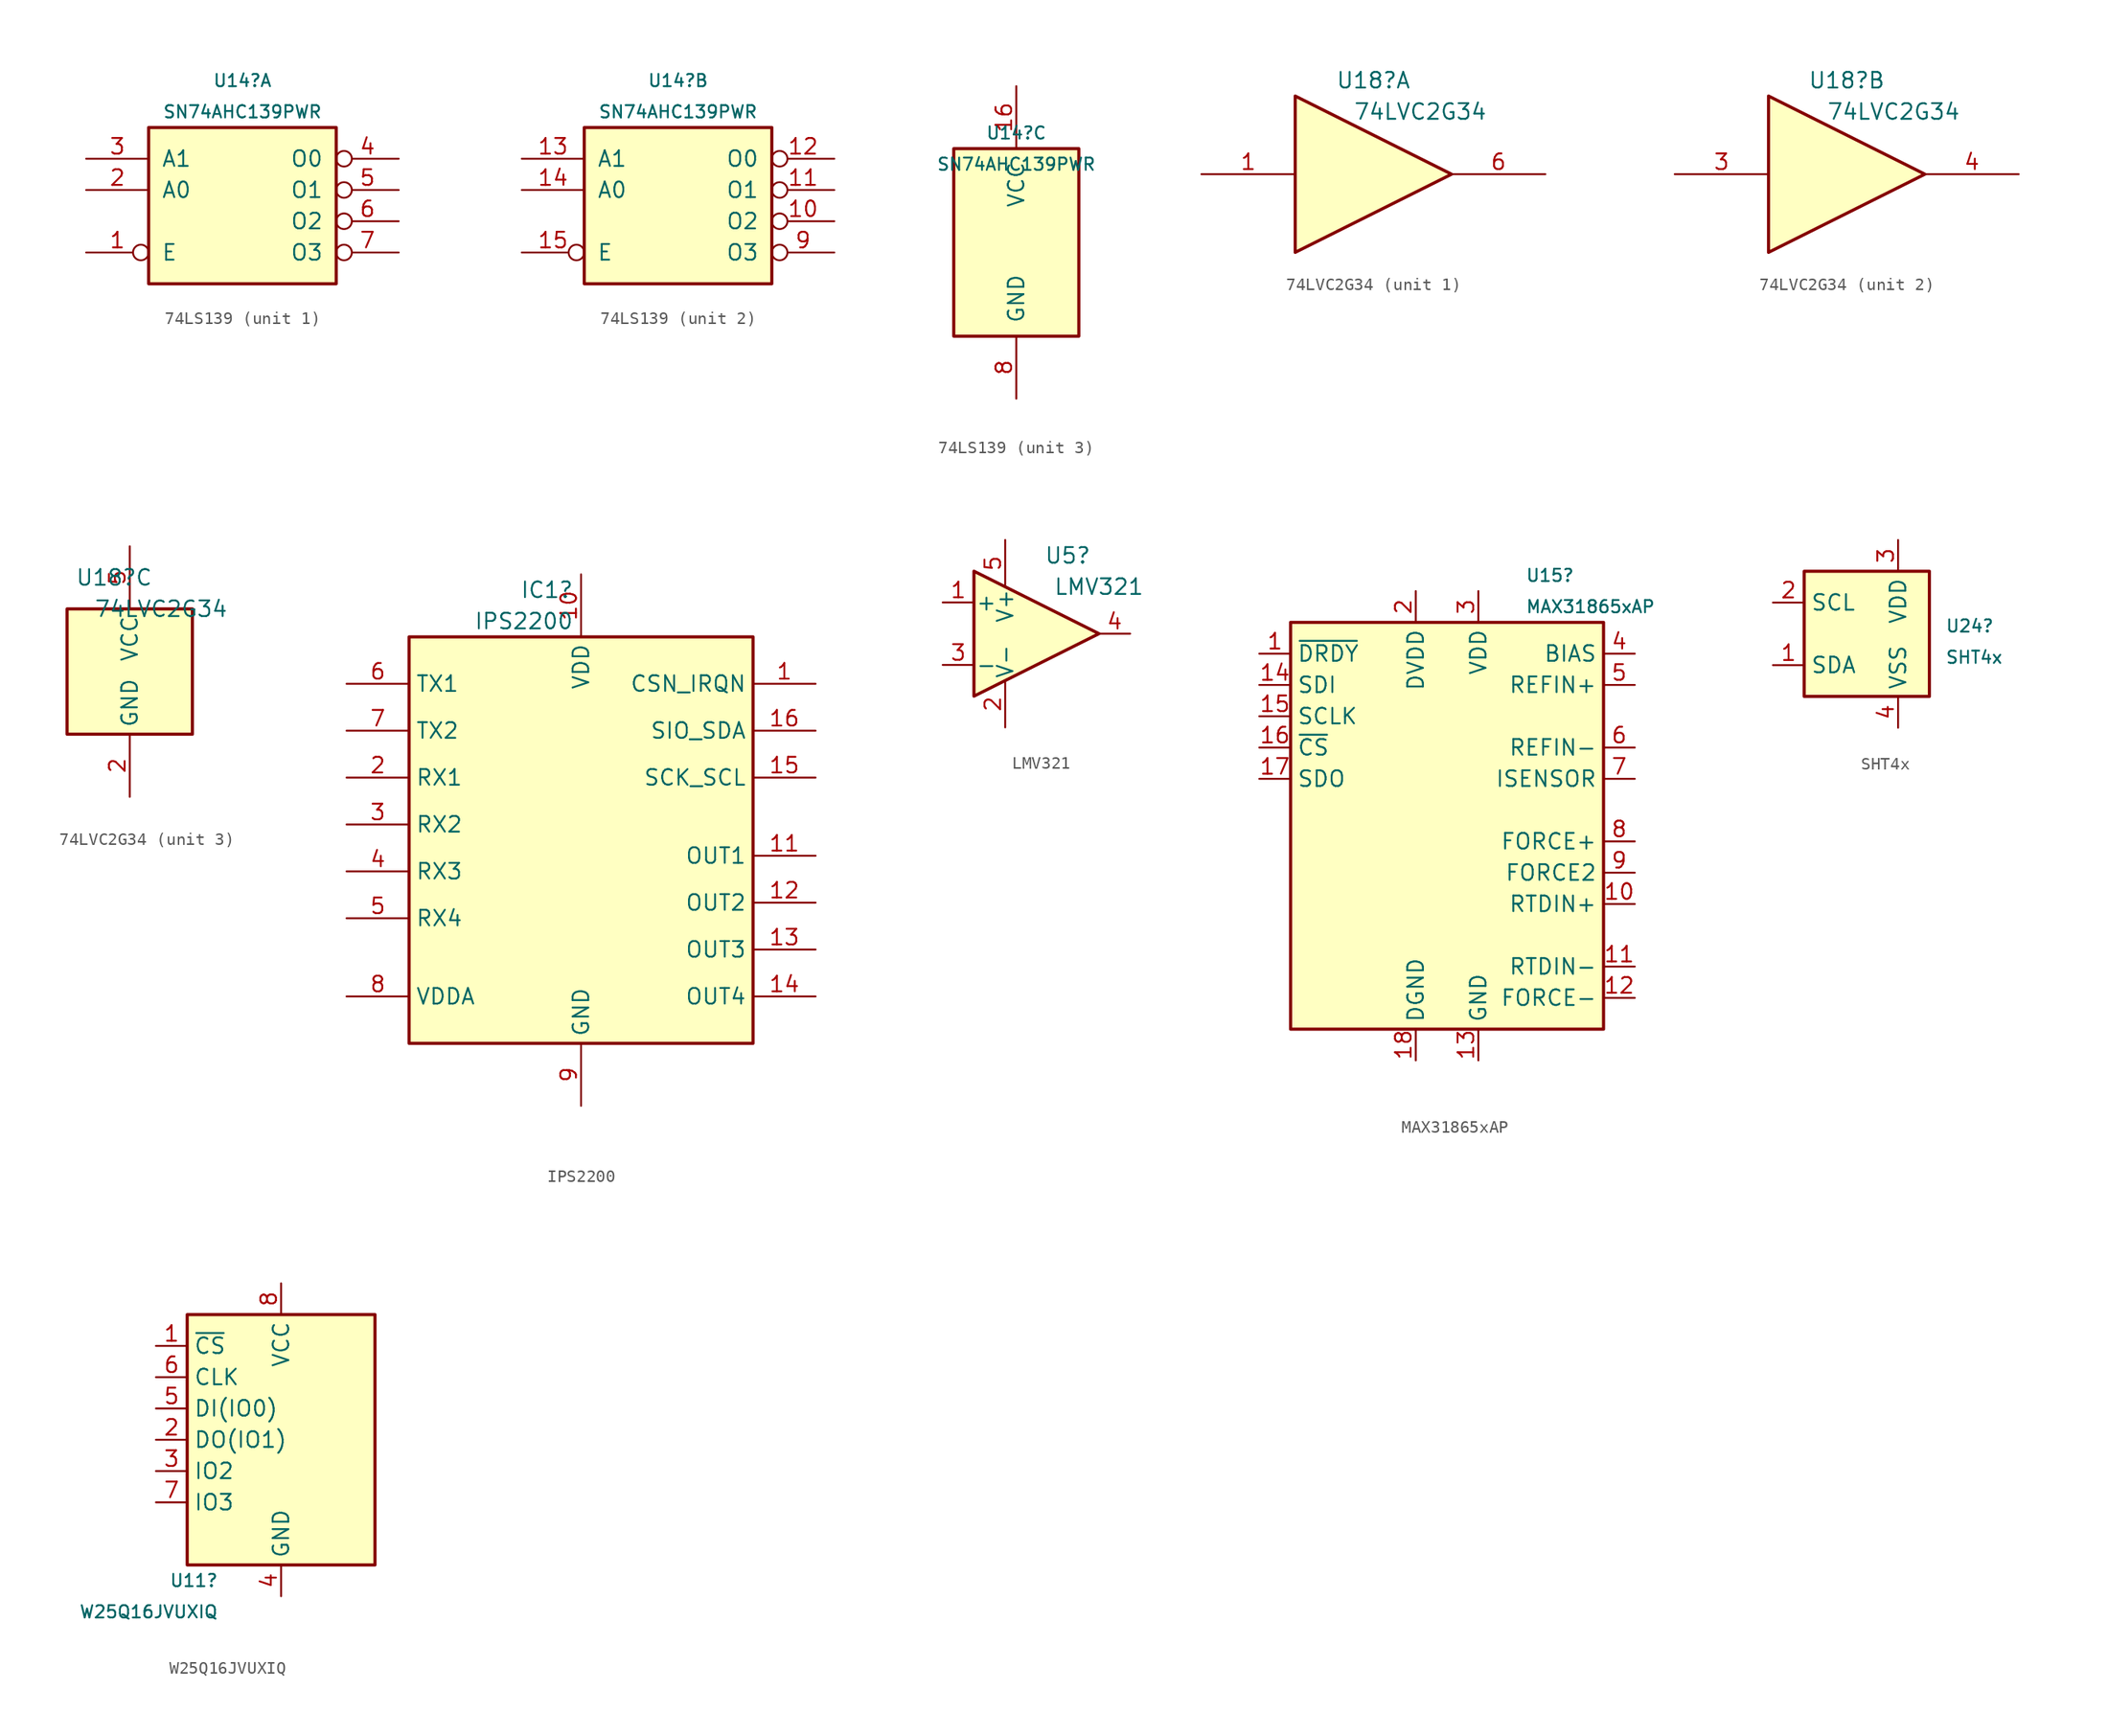
<source format=kicad_sym>
(kicad_symbol_lib
  (version 20231120)
  (generator "kicad_symbol_editor")
  (generator_version "8.0")
  (symbol "74LS139"
    (pin_names
      (offset 1.016))
    (property "Reference" "U14"
      (at 0 8.89 0)
      (effects (font (size 1 1))))
    (property "Value" "SN74AHC139PWR"
      (at 0 6.35 0)
      (effects (font (size 1 1))))
    (property "ki_locked" ""
      (at 0 0 0)
      (effects (font (size 1.27 1.27))))
    (symbol "74LS139_1_0"
      (pin input inverted (at -12.7 -5.08 0) (length 5.08) (name "E" (effects (font (size 1.27 1.27)))) (number "1" (effects (font (size 1.27 1.27)))))
      (pin input line (at -12.7 0 0) (length 5.08) (name "A0" (effects (font (size 1.27 1.27)))) (number "2" (effects (font (size 1.27 1.27)))))
      (pin input line (at -12.7 2.54 0) (length 5.08) (name "A1" (effects (font (size 1.27 1.27)))) (number "3" (effects (font (size 1.27 1.27)))))
      (pin output inverted (at 12.7 2.54 180) (length 5.08) (name "O0" (effects (font (size 1.27 1.27)))) (number "4" (effects (font (size 1.27 1.27)))))
      (pin output inverted (at 12.7 0 180) (length 5.08) (name "O1" (effects (font (size 1.27 1.27)))) (number "5" (effects (font (size 1.27 1.27)))))
      (pin output inverted (at 12.7 -2.54 180) (length 5.08) (name "O2" (effects (font (size 1.27 1.27)))) (number "6" (effects (font (size 1.27 1.27)))))
      (pin output inverted (at 12.7 -5.08 180) (length 5.08) (name "O3" (effects (font (size 1.27 1.27)))) (number "7" (effects (font (size 1.27 1.27))))))
    (symbol "74LS139_1_1"
      (rectangle (start -7.62 5.08) (end 7.62 -7.62) (stroke (width 0.254) (type default)) (fill (type background))))
    (symbol "74LS139_2_0"
      (pin output inverted (at 12.7 -2.54 180) (length 5.08) (name "O2" (effects (font (size 1.27 1.27)))) (number "10" (effects (font (size 1.27 1.27)))))
      (pin output inverted (at 12.7 0 180) (length 5.08) (name "O1" (effects (font (size 1.27 1.27)))) (number "11" (effects (font (size 1.27 1.27)))))
      (pin output inverted (at 12.7 2.54 180) (length 5.08) (name "O0" (effects (font (size 1.27 1.27)))) (number "12" (effects (font (size 1.27 1.27)))))
      (pin input line (at -12.7 2.54 0) (length 5.08) (name "A1" (effects (font (size 1.27 1.27)))) (number "13" (effects (font (size 1.27 1.27)))))
      (pin input line (at -12.7 0 0) (length 5.08) (name "A0" (effects (font (size 1.27 1.27)))) (number "14" (effects (font (size 1.27 1.27)))))
      (pin input inverted (at -12.7 -5.08 0) (length 5.08) (name "E" (effects (font (size 1.27 1.27)))) (number "15" (effects (font (size 1.27 1.27)))))
      (pin output inverted (at 12.7 -5.08 180) (length 5.08) (name "O3" (effects (font (size 1.27 1.27)))) (number "9" (effects (font (size 1.27 1.27))))))
    (symbol "74LS139_2_1"
      (rectangle (start -7.62 5.08) (end 7.62 -7.62) (stroke (width 0.254) (type default)) (fill (type background))))
    (symbol "74LS139_3_0"
      (pin power_in line (at 0 12.7 270) (length 5.08) (name "VCC" (effects (font (size 1.27 1.27)))) (number "16" (effects (font (size 1.27 1.27)))))
      (pin power_in line (at 0 -12.7 90) (length 5.08) (name "GND" (effects (font (size 1.27 1.27)))) (number "8" (effects (font (size 1.27 1.27))))))
    (symbol "74LS139_3_1"
      (rectangle (start -5.08 7.62) (end 5.08 -7.62) (stroke (width 0.254) (type default)) (fill (type background)))))
  (symbol "74LVC2G34"
    (property "Reference" "U18"
      (at -1.27 7.62 0)
      (effects (font (size 1.27 1.27))))
    (property "Value" "74LVC2G34"
      (at 2.54 5.08 0)
      (effects (font (size 1.27 1.27))))
    (symbol "74LVC2G34_1_1"
      (polyline (pts (xy -7.62 6.35) (xy -7.62 -6.35) (xy 5.08 0) (xy -7.62 6.35)) (stroke (width 0.254) (type default)) (fill (type background)))
      (pin input line (at -15.24 0 0) (length 7.62) (name "~" (effects (font (size 1.27 1.27)))) (number "1" (effects (font (size 1.27 1.27)))))
      (pin output line (at 12.7 0 180) (length 7.62) (name "~" (effects (font (size 1.27 1.27)))) (number "6" (effects (font (size 1.27 1.27))))))
    (symbol "74LVC2G34_2_1"
      (polyline (pts (xy -7.62 6.35) (xy -7.62 -6.35) (xy 5.08 0) (xy -7.62 6.35)) (stroke (width 0.254) (type default)) (fill (type background)))
      (pin input line (at -15.24 0 0) (length 7.62) (name "~" (effects (font (size 1.27 1.27)))) (number "3" (effects (font (size 1.27 1.27)))))
      (pin output line (at 12.7 0 180) (length 7.62) (name "~" (effects (font (size 1.27 1.27)))) (number "4" (effects (font (size 1.27 1.27))))))
    (symbol "74LVC2G34_3_0"
      (rectangle (start -5.08 -5.08) (end 5.08 5.08) (stroke (width 0.254) (type default)) (fill (type background))))
    (symbol "74LVC2G34_3_1"
      (pin power_in line (at 0 -10.16 90) (length 5.08) (name "GND" (effects (font (size 1.27 1.27)))) (number "2" (effects (font (size 1.27 1.27)))))
      (pin power_in line (at 0 10.16 270) (length 5.08) (name "VCC" (effects (font (size 1.27 1.27)))) (number "5" (effects (font (size 1.27 1.27)))))))
  (symbol "IPS2200"
    (property "Reference" "IC1"
      (at -0.584 20.32 0)
      (effects (font (size 1.27 1.27)) (justify right)))
    (property "Value" "IPS2200"
      (at -0.584 17.78 0)
      (effects (font (size 1.27 1.27)) (justify right)))
    (symbol "IPS2200_1_1"
      (rectangle (start -13.97 16.51) (end 13.97 -16.51) (stroke (width 0.254) (type default)) (fill (type background)))
      (pin passive line (at 19.05 12.7 180) (length 5.08) (name "CSN_IRQN" (effects (font (size 1.27 1.27)))) (number "1" (effects (font (size 1.27 1.27)))))
      (pin passive line (at 0 21.59 270) (length 5.08) (name "VDD" (effects (font (size 1.27 1.27)))) (number "10" (effects (font (size 1.27 1.27)))))
      (pin passive line (at 19.05 -1.27 180) (length 5.08) (name "OUT1" (effects (font (size 1.27 1.27)))) (number "11" (effects (font (size 1.27 1.27)))))
      (pin passive line (at 19.05 -5.08 180) (length 5.08) (name "OUT2" (effects (font (size 1.27 1.27)))) (number "12" (effects (font (size 1.27 1.27)))))
      (pin passive line (at 19.05 -8.89 180) (length 5.08) (name "OUT3" (effects (font (size 1.27 1.27)))) (number "13" (effects (font (size 1.27 1.27)))))
      (pin passive line (at 19.05 -12.7 180) (length 5.08) (name "OUT4" (effects (font (size 1.27 1.27)))) (number "14" (effects (font (size 1.27 1.27)))))
      (pin passive line (at 19.05 5.08 180) (length 5.08) (name "SCK_SCL" (effects (font (size 1.27 1.27)))) (number "15" (effects (font (size 1.27 1.27)))))
      (pin passive line (at 19.05 8.89 180) (length 5.08) (name "SIO_SDA" (effects (font (size 1.27 1.27)))) (number "16" (effects (font (size 1.27 1.27)))))
      (pin passive line (at -19.05 5.08 0) (length 5.08) (name "RX1" (effects (font (size 1.27 1.27)))) (number "2" (effects (font (size 1.27 1.27)))))
      (pin passive line (at -19.05 1.27 0) (length 5.08) (name "RX2" (effects (font (size 1.27 1.27)))) (number "3" (effects (font (size 1.27 1.27)))))
      (pin passive line (at -19.05 -2.54 0) (length 5.08) (name "RX3" (effects (font (size 1.27 1.27)))) (number "4" (effects (font (size 1.27 1.27)))))
      (pin passive line (at -19.05 -6.35 0) (length 5.08) (name "RX4" (effects (font (size 1.27 1.27)))) (number "5" (effects (font (size 1.27 1.27)))))
      (pin passive line (at -19.05 12.7 0) (length 5.08) (name "TX1" (effects (font (size 1.27 1.27)))) (number "6" (effects (font (size 1.27 1.27)))))
      (pin passive line (at -19.05 8.89 0) (length 5.08) (name "TX2" (effects (font (size 1.27 1.27)))) (number "7" (effects (font (size 1.27 1.27)))))
      (pin passive line (at -19.05 -12.7 0) (length 5.08) (name "VDDA" (effects (font (size 1.27 1.27)))) (number "8" (effects (font (size 1.27 1.27)))))
      (pin passive line (at 0 -21.59 90) (length 5.08) (name "GND" (effects (font (size 1.27 1.27)))) (number "9" (effects (font (size 1.27 1.27)))))))
  (symbol "LMV321"
    (pin_names
      (offset 0.127))
    (property "Reference" "U5"
      (at 2.54 6.35 0)
      (effects (font (size 1.27 1.27))))
    (property "Value" "LMV321"
      (at 5.08 3.81 0)
      (effects (font (size 1.27 1.27))))
    (symbol "LMV321_0_1"
      (polyline (pts (xy -5.08 5.08) (xy 5.08 0) (xy -5.08 -5.08) (xy -5.08 5.08)) (stroke (width 0.254) (type default)) (fill (type background)))
      (pin power_in line (at -2.54 -7.62 90) (length 3.81) (name "V-" (effects (font (size 1.27 1.27)))) (number "2" (effects (font (size 1.27 1.27)))))
      (pin power_in line (at -2.54 7.62 270) (length 3.81) (name "V+" (effects (font (size 1.27 1.27)))) (number "5" (effects (font (size 1.27 1.27))))))
    (symbol "LMV321_1_1"
      (pin input line (at -7.62 2.54 0) (length 2.54) (name "+" (effects (font (size 1.27 1.27)))) (number "1" (effects (font (size 1.27 1.27)))))
      (pin input line (at -7.62 -2.54 0) (length 2.54) (name "-" (effects (font (size 1.27 1.27)))) (number "3" (effects (font (size 1.27 1.27)))))
      (pin output line (at 7.62 0 180) (length 2.54) (name "~" (effects (font (size 1.27 1.27)))) (number "4" (effects (font (size 1.27 1.27)))))))
  (symbol "MAX31865xAP"
    (property "Reference" "U15"
      (at 6.35 21.59 0)
      (effects (font (size 1 1)) (justify left)))
    (property "Value" "MAX31865xAP"
      (at 6.35 19.05 0)
      (effects (font (size 1 1)) (justify left)))
    (symbol "MAX31865xAP_0_1"
      (rectangle (start -12.7 17.78) (end 12.7 -15.24) (stroke (width 0.254) (type default)) (fill (type background))))
    (symbol "MAX31865xAP_1_1"
      (pin output line (at -15.24 15.24 0) (length 2.54) (name "~{DRDY}" (effects (font (size 1.27 1.27)))) (number "1" (effects (font (size 1.27 1.27)))))
      (pin input line (at 15.24 -5.08 180) (length 2.54) (name "RTDIN+" (effects (font (size 1.27 1.27)))) (number "10" (effects (font (size 1.27 1.27)))))
      (pin input line (at 15.24 -10.16 180) (length 2.54) (name "RTDIN-" (effects (font (size 1.27 1.27)))) (number "11" (effects (font (size 1.27 1.27)))))
      (pin power_out line (at 15.24 -12.7 180) (length 2.54) (name "FORCE-" (effects (font (size 1.27 1.27)))) (number "12" (effects (font (size 1.27 1.27)))))
      (pin power_in line (at 2.54 -17.78 90) (length 2.54) (name "GND" (effects (font (size 1.27 1.27)))) (number "13" (effects (font (size 1.27 1.27)))))
      (pin input line (at -15.24 12.7 0) (length 2.54) (name "SDI" (effects (font (size 1.27 1.27)))) (number "14" (effects (font (size 1.27 1.27)))))
      (pin input line (at -15.24 10.16 0) (length 2.54) (name "SCLK" (effects (font (size 1.27 1.27)))) (number "15" (effects (font (size 1.27 1.27)))))
      (pin input line (at -15.24 7.62 0) (length 2.54) (name "~{CS}" (effects (font (size 1.27 1.27)))) (number "16" (effects (font (size 1.27 1.27)))))
      (pin tri_state line (at -15.24 5.08 0) (length 2.54) (name "SDO" (effects (font (size 1.27 1.27)))) (number "17" (effects (font (size 1.27 1.27)))))
      (pin power_in line (at -2.54 -17.78 90) (length 2.54) (name "DGND" (effects (font (size 1.27 1.27)))) (number "18" (effects (font (size 1.27 1.27)))))
      (pin passive line (at 2.54 -17.78 90) (length 2.54) hide (name "GND" (effects (font (size 1.27 1.27)))) (number "19" (effects (font (size 1.27 1.27)))))
      (pin power_in line (at -2.54 20.32 270) (length 2.54) (name "DVDD" (effects (font (size 1.27 1.27)))) (number "2" (effects (font (size 1.27 1.27)))))
      (pin no_connect line (at -12.7 -2.54 0) (length 2.54) hide (name "NC" (effects (font (size 1.27 1.27)))) (number "20" (effects (font (size 1.27 1.27)))))
      (pin power_in line (at 2.54 20.32 270) (length 2.54) (name "VDD" (effects (font (size 1.27 1.27)))) (number "3" (effects (font (size 1.27 1.27)))))
      (pin power_out line (at 15.24 15.24 180) (length 2.54) (name "BIAS" (effects (font (size 1.27 1.27)))) (number "4" (effects (font (size 1.27 1.27)))))
      (pin input line (at 15.24 12.7 180) (length 2.54) (name "REFIN+" (effects (font (size 1.27 1.27)))) (number "5" (effects (font (size 1.27 1.27)))))
      (pin input line (at 15.24 7.62 180) (length 2.54) (name "REFIN-" (effects (font (size 1.27 1.27)))) (number "6" (effects (font (size 1.27 1.27)))))
      (pin passive line (at 15.24 5.08 180) (length 2.54) (name "ISENSOR" (effects (font (size 1.27 1.27)))) (number "7" (effects (font (size 1.27 1.27)))))
      (pin passive line (at 15.24 0 180) (length 2.54) (name "FORCE+" (effects (font (size 1.27 1.27)))) (number "8" (effects (font (size 1.27 1.27)))))
      (pin input line (at 15.24 -2.54 180) (length 2.54) (name "FORCE2" (effects (font (size 1.27 1.27)))) (number "9" (effects (font (size 1.27 1.27)))))))
  (symbol "SHT4x"
    (property "Reference" "U24"
      (at 6.35 0.635 0)
      (effects (font (size 1 1)) (justify left)))
    (property "Value" "SHT4x"
      (at 6.35 -1.905 0)
      (effects (font (size 1 1)) (justify left)))
    (symbol "SHT4x_1_1"
      (rectangle (start -5.08 5.08) (end 5.08 -5.08) (stroke (width 0.254) (type default)) (fill (type background)))
      (pin bidirectional line (at -7.62 -2.54 0) (length 2.54) (name "SDA" (effects (font (size 1.27 1.27)))) (number "1" (effects (font (size 1.27 1.27)))))
      (pin input line (at -7.62 2.54 0) (length 2.54) (name "SCL" (effects (font (size 1.27 1.27)))) (number "2" (effects (font (size 1.27 1.27)))))
      (pin power_in line (at 2.54 7.62 270) (length 2.54) (name "VDD" (effects (font (size 1.27 1.27)))) (number "3" (effects (font (size 1.27 1.27)))))
      (pin power_in line (at 2.54 -7.62 90) (length 2.54) (name "VSS" (effects (font (size 1.27 1.27)))) (number "4" (effects (font (size 1.27 1.27)))))))
  (symbol "W25Q16JVUXIQ"
    (property "Reference" "U11"
      (at -5.08 -11.43 0)
      (effects (font (size 1 1)) (justify right)))
    (property "Value" "W25Q16JVUXIQ"
      (at -5.08 -13.97 0)
      (effects (font (size 1 1)) (justify right)))
    (symbol "W25Q16JVUXIQ_0_1"
      (rectangle (start -7.62 10.16) (end 7.62 -10.16) (stroke (width 0.254) (type default)) (fill (type background))))
    (symbol "W25Q16JVUXIQ_1_1"
      (pin input line (at -10.16 7.62 0) (length 2.54) (name "~{CS}" (effects (font (size 1.27 1.27)))) (number "1" (effects (font (size 1.27 1.27)))))
      (pin bidirectional line (at -10.16 0 0) (length 2.54) (name "DO(IO1)" (effects (font (size 1.27 1.27)))) (number "2" (effects (font (size 1.27 1.27)))))
      (pin bidirectional line (at -10.16 -2.54 0) (length 2.54) (name "IO2" (effects (font (size 1.27 1.27)))) (number "3" (effects (font (size 1.27 1.27)))))
      (pin power_in line (at 0 -12.7 90) (length 2.54) (name "GND" (effects (font (size 1.27 1.27)))) (number "4" (effects (font (size 1.27 1.27)))))
      (pin bidirectional line (at -10.16 2.54 0) (length 2.54) (name "DI(IO0)" (effects (font (size 1.27 1.27)))) (number "5" (effects (font (size 1.27 1.27)))))
      (pin input line (at -10.16 5.08 0) (length 2.54) (name "CLK" (effects (font (size 1.27 1.27)))) (number "6" (effects (font (size 1.27 1.27)))))
      (pin bidirectional line (at -10.16 -5.08 0) (length 2.54) (name "IO3" (effects (font (size 1.27 1.27)))) (number "7" (effects (font (size 1.27 1.27)))))
      (pin power_in line (at 0 12.7 270) (length 2.54) (name "VCC" (effects (font (size 1.27 1.27)))) (number "8" (effects (font (size 1.27 1.27))))))))
</source>
